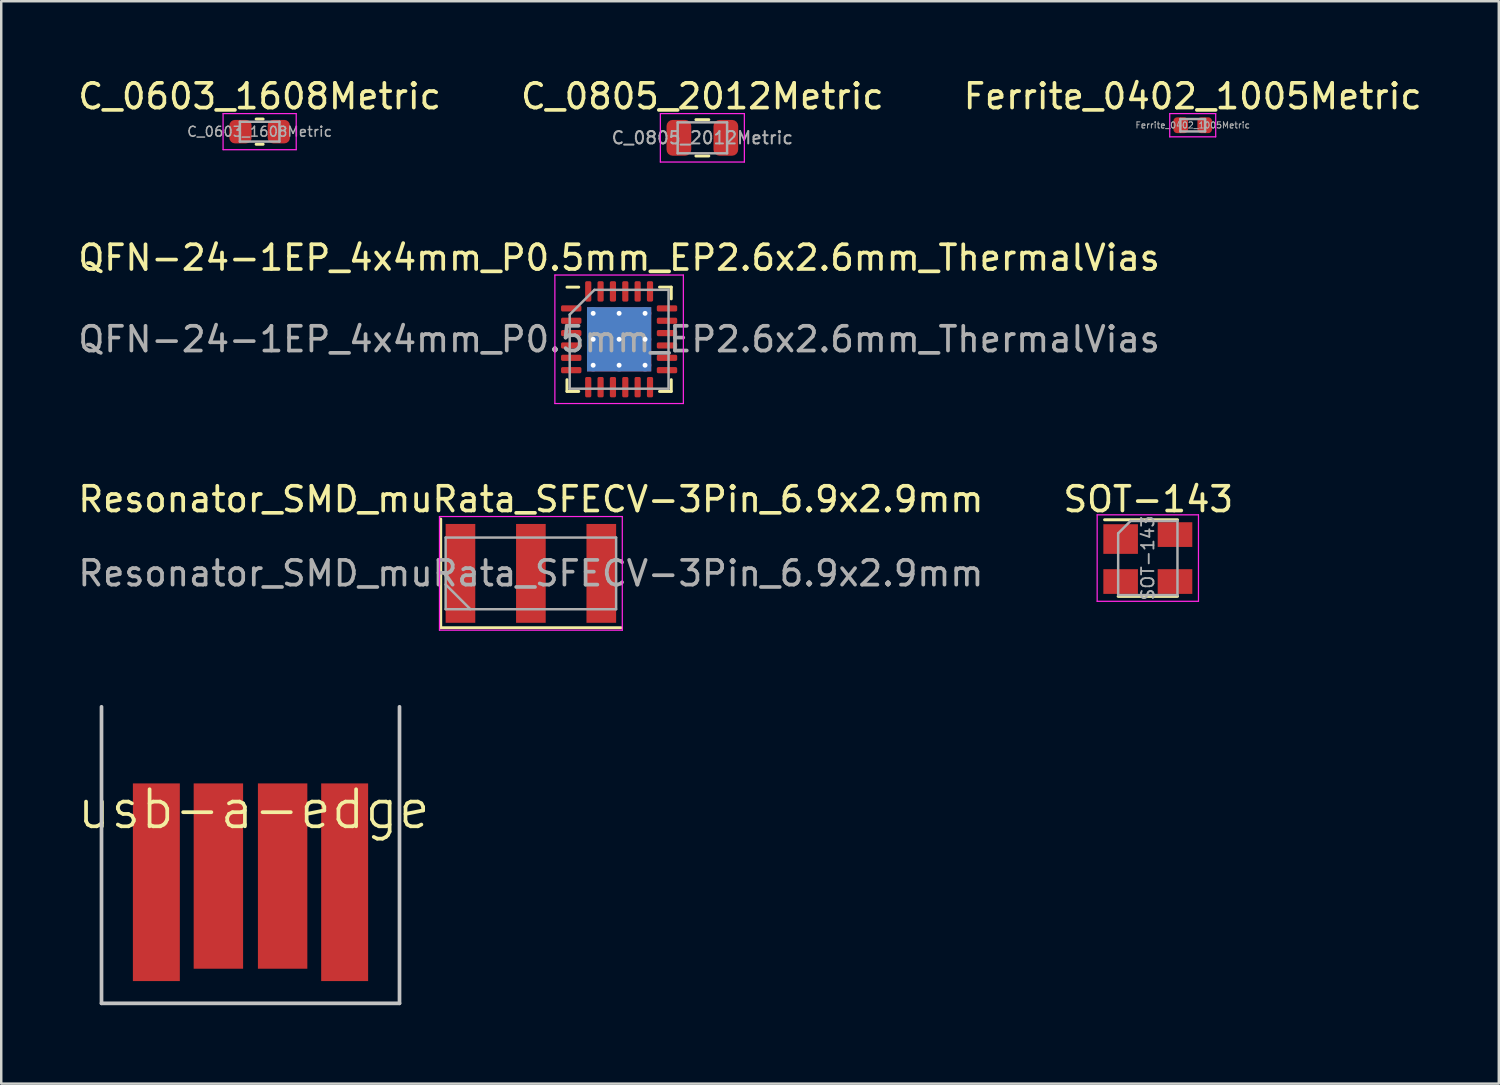
<source format=kicad_pcb>
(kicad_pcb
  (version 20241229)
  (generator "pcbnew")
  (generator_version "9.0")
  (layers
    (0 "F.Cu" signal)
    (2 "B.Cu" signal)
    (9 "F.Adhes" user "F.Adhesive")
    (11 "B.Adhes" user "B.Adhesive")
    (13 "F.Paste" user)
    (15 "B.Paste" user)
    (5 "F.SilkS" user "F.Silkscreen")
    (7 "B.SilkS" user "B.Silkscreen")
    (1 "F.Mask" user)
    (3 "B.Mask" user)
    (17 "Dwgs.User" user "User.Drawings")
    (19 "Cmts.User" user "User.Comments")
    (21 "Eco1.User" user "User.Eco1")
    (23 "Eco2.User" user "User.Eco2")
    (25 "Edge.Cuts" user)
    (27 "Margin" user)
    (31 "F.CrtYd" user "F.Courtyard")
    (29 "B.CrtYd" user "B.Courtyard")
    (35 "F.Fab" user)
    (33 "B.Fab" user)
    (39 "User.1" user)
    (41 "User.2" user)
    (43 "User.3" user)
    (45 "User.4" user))
  (footprint "SOT-143"
    (layer "F.Cu")
    (at 43.403 19.535)
    (property "Reference" "SOT-143" (at 0.02 -2.38 0) (layer "F.SilkS") (effects (font (size 1 1) (thickness 0.15))))
    (attr smd)
    (fp_line (start -1.2 1.55) (end 1.2 1.55) (stroke (width 0.12) (type solid)) (layer "F.SilkS"))
    (fp_line (start 1.2 -1.55) (end -1.75 -1.55) (stroke (width 0.12) (type solid)) (layer "F.SilkS"))
    (fp_line (start -2.05 1.75) (end -2.05 -1.75) (stroke (width 0.05) (type solid)) (layer "F.CrtYd"))
    (fp_line (start -2.05 1.75) (end 2.05 1.75) (stroke (width 0.05) (type solid)) (layer "F.CrtYd"))
    (fp_line (start 2.05 -1.75) (end -2.05 -1.75) (stroke (width 0.05) (type solid)) (layer "F.CrtYd"))
    (fp_line (start 2.05 -1.75) (end 2.05 1.75) (stroke (width 0.05) (type solid)) (layer "F.CrtYd"))
    (fp_line (start -1.2 -1) (end -0.7 -1.5) (stroke (width 0.1) (type solid)) (layer "F.Fab"))
    (fp_line (start -1.2 1.5) (end -1.2 -1) (stroke (width 0.1) (type solid)) (layer "F.Fab"))
    (fp_line (start -0.7 -1.5) (end 1.2 -1.5) (stroke (width 0.1) (type solid)) (layer "F.Fab"))
    (fp_line (start 1.2 -1.5) (end 1.2 1.5) (stroke (width 0.1) (type solid)) (layer "F.Fab"))
    (fp_line (start 1.2 1.5) (end -1.2 1.5) (stroke (width 0.1) (type solid)) (layer "F.Fab"))
    (fp_text user "${REFERENCE}" (at 0 0 90) (layer "F.Fab") (effects (font (size 0.5 0.5) (thickness 0.075))))
    (pad "1" smd rect (at -1.1 -0.77 270) (size 1.2 1.4) (layers "F.Cu" "F.Mask" "F.Paste"))
    (pad "2" smd rect (at -1.1 0.95 270) (size 1 1.4) (layers "F.Cu" "F.Mask" "F.Paste"))
    (pad "3" smd rect (at 1.1 0.95 270) (size 1 1.4) (layers "F.Cu" "F.Mask" "F.Paste"))
    (pad "4" smd rect (at 1.1 -0.95 270) (size 1 1.4) (layers "F.Cu" "F.Mask" "F.Paste")))
  (footprint "C_0805_2012Metric"
    (layer "F.Cu")
    (at 25.375 2.528)
    (property "Reference" "C_0805_2012Metric" (at 0 -1.68 0) (layer "F.SilkS") (effects (font (size 1 1) (thickness 0.15))))
    (attr smd)
    (fp_line (start -0.261 -0.735) (end 0.261 -0.735) (stroke (width 0.12) (type solid)) (layer "F.SilkS"))
    (fp_line (start -0.261 0.735) (end 0.261 0.735) (stroke (width 0.12) (type solid)) (layer "F.SilkS"))
    (fp_line (start -1.7 -0.98) (end 1.7 -0.98) (stroke (width 0.05) (type solid)) (layer "F.CrtYd"))
    (fp_line (start -1.7 0.98) (end -1.7 -0.98) (stroke (width 0.05) (type solid)) (layer "F.CrtYd"))
    (fp_line (start 1.7 -0.98) (end 1.7 0.98) (stroke (width 0.05) (type solid)) (layer "F.CrtYd"))
    (fp_line (start 1.7 0.98) (end -1.7 0.98) (stroke (width 0.05) (type solid)) (layer "F.CrtYd"))
    (fp_line (start -1 -0.625) (end 1 -0.625) (stroke (width 0.1) (type solid)) (layer "F.Fab"))
    (fp_line (start -1 0.625) (end -1 -0.625) (stroke (width 0.1) (type solid)) (layer "F.Fab"))
    (fp_line (start 1 -0.625) (end 1 0.625) (stroke (width 0.1) (type solid)) (layer "F.Fab"))
    (fp_line (start 1 0.625) (end -1 0.625) (stroke (width 0.1) (type solid)) (layer "F.Fab"))
    (fp_text user "${REFERENCE}" (at 0 0 0) (layer "F.Fab") (effects (font (size 0.5 0.5) (thickness 0.08))))
    (pad "1" smd roundrect (at -0.95 0) (size 1 1.45) (layers "F.Cu" "F.Mask" "F.Paste") (roundrect_rratio 0.25))
    (pad "2" smd roundrect (at 0.95 0) (size 1 1.45) (layers "F.Cu" "F.Mask" "F.Paste") (roundrect_rratio 0.25)))
  (footprint "usb-a-edge"
    (layer "F.Cu")
    (at 7.088 37.555)
    (property "Reference" "usb-a-edge" (at 0.13 -7.85 0) (layer "F.SilkS") (effects (font (size 1.5 1.5) (thickness 0.15))))
    (attr exclude_from_pos_files exclude_from_bom)
    (fp_line (start -6.03 0) (end -6.03 -12) (stroke (width 0.15) (type solid)) (layer "Dwgs.User"))
    (fp_line (start 6.03 0) (end -6.03 0) (stroke (width 0.15) (type solid)) (layer "Dwgs.User"))
    (fp_line (start 6.03 0) (end 6.03 -12) (stroke (width 0.15) (type solid)) (layer "Dwgs.User"))
    (pad "1" connect rect (at 3.81 -4.9) (size 1.9 8) (layers "F.Cu" "F.Mask"))
    (pad "2" connect rect (at 1.3 -5.15) (size 2 7.5) (layers "F.Cu" "F.Mask"))
    (pad "3" connect rect (at -1.3 -5.15) (size 2 7.5) (layers "F.Cu" "F.Mask"))
    (pad "4" connect rect (at -3.81 -4.9) (size 1.9 8) (layers "F.Cu" "F.Mask")))
  (footprint "Ferrite_0402_1005Metric"
    (layer "F.Cu")
    (at 45.22 2.018)
    (property "Reference" "Ferrite_0402_1005Metric" (at 0 -1.17 0) (layer "F.SilkS") (effects (font (size 1 1) (thickness 0.15))))
    (attr smd)
    (fp_line (start -0.93 -0.47) (end 0.93 -0.47) (stroke (width 0.05) (type solid)) (layer "F.CrtYd"))
    (fp_line (start -0.93 0.47) (end -0.93 -0.47) (stroke (width 0.05) (type solid)) (layer "F.CrtYd"))
    (fp_line (start 0.93 -0.47) (end 0.93 0.47) (stroke (width 0.05) (type solid)) (layer "F.CrtYd"))
    (fp_line (start 0.93 0.47) (end -0.93 0.47) (stroke (width 0.05) (type solid)) (layer "F.CrtYd"))
    (fp_line (start -0.5 -0.25) (end 0.5 -0.25) (stroke (width 0.1) (type solid)) (layer "F.Fab"))
    (fp_line (start -0.5 0.25) (end -0.5 -0.25) (stroke (width 0.1) (type solid)) (layer "F.Fab"))
    (fp_line (start 0.5 -0.25) (end 0.5 0.25) (stroke (width 0.1) (type solid)) (layer "F.Fab"))
    (fp_line (start 0.5 0.25) (end -0.5 0.25) (stroke (width 0.1) (type solid)) (layer "F.Fab"))
    (fp_text user "${REFERENCE}" (at 0 0 0) (layer "F.Fab") (effects (font (size 0.25 0.25) (thickness 0.04))))
    (pad "1" smd roundrect (at -0.485 0) (size 0.59 0.64) (layers "F.Cu" "F.Mask" "F.Paste") (roundrect_rratio 0.25))
    (pad "2" smd roundrect (at 0.485 0) (size 0.59 0.64) (layers "F.Cu" "F.Mask" "F.Paste") (roundrect_rratio 0.25)))
  (footprint "QFN-24-1EP_4x4mm_P0.5mm_EP2.6x2.6mm_ThermalVias"
    (layer "F.Cu")
    (at 22.006 10.681)
    (property "Reference" "QFN-24-1EP_4x4mm_P0.5mm_EP2.6x2.6mm_ThermalVias" (at 0 -3.3 0) (layer "F.SilkS") (effects (font (size 1 1) (thickness 0.15))))
    (attr smd)
    (fp_line (start -2.11 2.11) (end -2.11 1.635) (stroke (width 0.12) (type solid)) (layer "F.SilkS"))
    (fp_line (start -1.635 -2.11) (end -2.11 -2.11) (stroke (width 0.12) (type solid)) (layer "F.SilkS"))
    (fp_line (start -1.635 2.11) (end -2.11 2.11) (stroke (width 0.12) (type solid)) (layer "F.SilkS"))
    (fp_line (start 1.635 -2.11) (end 2.11 -2.11) (stroke (width 0.12) (type solid)) (layer "F.SilkS"))
    (fp_line (start 1.635 2.11) (end 2.11 2.11) (stroke (width 0.12) (type solid)) (layer "F.SilkS"))
    (fp_line (start 2.11 -2.11) (end 2.11 -1.635) (stroke (width 0.12) (type solid)) (layer "F.SilkS"))
    (fp_line (start 2.11 2.11) (end 2.11 1.635) (stroke (width 0.12) (type solid)) (layer "F.SilkS"))
    (fp_line (start -2.6 -2.6) (end -2.6 2.6) (stroke (width 0.05) (type solid)) (layer "F.CrtYd"))
    (fp_line (start -2.6 2.6) (end 2.6 2.6) (stroke (width 0.05) (type solid)) (layer "F.CrtYd"))
    (fp_line (start 2.6 -2.6) (end -2.6 -2.6) (stroke (width 0.05) (type solid)) (layer "F.CrtYd"))
    (fp_line (start 2.6 2.6) (end 2.6 -2.6) (stroke (width 0.05) (type solid)) (layer "F.CrtYd"))
    (fp_line (start -2 -1) (end -1 -2) (stroke (width 0.1) (type solid)) (layer "F.Fab"))
    (fp_line (start -2 2) (end -2 -1) (stroke (width 0.1) (type solid)) (layer "F.Fab"))
    (fp_line (start -1 -2) (end 2 -2) (stroke (width 0.1) (type solid)) (layer "F.Fab"))
    (fp_line (start 2 -2) (end 2 2) (stroke (width 0.1) (type solid)) (layer "F.Fab"))
    (fp_line (start 2 2) (end -2 2) (stroke (width 0.1) (type solid)) (layer "F.Fab"))
    (fp_text user "${REFERENCE}" (at 0 0 0) (layer "F.Fab") (effects (font (size 1 1) (thickness 0.15))))
    (pad "" smd roundrect (at -0.65 -0.65) (size 1.13 1.13) (layers "F.Paste") (roundrect_rratio 0.221))
    (pad "" smd roundrect (at -0.65 0.65) (size 1.13 1.13) (layers "F.Paste") (roundrect_rratio 0.221))
    (pad "" smd roundrect (at 0.65 -0.65) (size 1.13 1.13) (layers "F.Paste") (roundrect_rratio 0.221))
    (pad "" smd roundrect (at 0.65 0.65) (size 1.13 1.13) (layers "F.Paste") (roundrect_rratio 0.221))
    (pad "1" smd roundrect (at -1.938 -1.25) (size 0.825 0.25) (layers "F.Cu" "F.Mask" "F.Paste") (roundrect_rratio 0.25))
    (pad "2" smd roundrect (at -1.938 -0.75) (size 0.825 0.25) (layers "F.Cu" "F.Mask" "F.Paste") (roundrect_rratio 0.25))
    (pad "3" smd roundrect (at -1.938 -0.25) (size 0.825 0.25) (layers "F.Cu" "F.Mask" "F.Paste") (roundrect_rratio 0.25))
    (pad "4" smd roundrect (at -1.938 0.25) (size 0.825 0.25) (layers "F.Cu" "F.Mask" "F.Paste") (roundrect_rratio 0.25))
    (pad "5" smd roundrect (at -1.938 0.75) (size 0.825 0.25) (layers "F.Cu" "F.Mask" "F.Paste") (roundrect_rratio 0.25))
    (pad "6" smd roundrect (at -1.938 1.25) (size 0.825 0.25) (layers "F.Cu" "F.Mask" "F.Paste") (roundrect_rratio 0.25))
    (pad "7" smd roundrect (at -1.25 1.938) (size 0.25 0.825) (layers "F.Cu" "F.Mask" "F.Paste") (roundrect_rratio 0.25))
    (pad "8" smd roundrect (at -0.75 1.938) (size 0.25 0.825) (layers "F.Cu" "F.Mask" "F.Paste") (roundrect_rratio 0.25))
    (pad "9" smd roundrect (at -0.25 1.938) (size 0.25 0.825) (layers "F.Cu" "F.Mask" "F.Paste") (roundrect_rratio 0.25))
    (pad "10" smd roundrect (at 0.25 1.938) (size 0.25 0.825) (layers "F.Cu" "F.Mask" "F.Paste") (roundrect_rratio 0.25))
    (pad "11" smd roundrect (at 0.75 1.938) (size 0.25 0.825) (layers "F.Cu" "F.Mask" "F.Paste") (roundrect_rratio 0.25))
    (pad "12" smd roundrect (at 1.25 1.938) (size 0.25 0.825) (layers "F.Cu" "F.Mask" "F.Paste") (roundrect_rratio 0.25))
    (pad "13" smd roundrect (at 1.938 1.25) (size 0.825 0.25) (layers "F.Cu" "F.Mask" "F.Paste") (roundrect_rratio 0.25))
    (pad "14" smd roundrect (at 1.938 0.75) (size 0.825 0.25) (layers "F.Cu" "F.Mask" "F.Paste") (roundrect_rratio 0.25))
    (pad "15" smd roundrect (at 1.938 0.25) (size 0.825 0.25) (layers "F.Cu" "F.Mask" "F.Paste") (roundrect_rratio 0.25))
    (pad "16" smd roundrect (at 1.938 -0.25) (size 0.825 0.25) (layers "F.Cu" "F.Mask" "F.Paste") (roundrect_rratio 0.25))
    (pad "17" smd roundrect (at 1.938 -0.75) (size 0.825 0.25) (layers "F.Cu" "F.Mask" "F.Paste") (roundrect_rratio 0.25))
    (pad "18" smd roundrect (at 1.938 -1.25) (size 0.825 0.25) (layers "F.Cu" "F.Mask" "F.Paste") (roundrect_rratio 0.25))
    (pad "19" smd roundrect (at 1.25 -1.938) (size 0.25 0.825) (layers "F.Cu" "F.Mask" "F.Paste") (roundrect_rratio 0.25))
    (pad "20" smd roundrect (at 0.75 -1.938) (size 0.25 0.825) (layers "F.Cu" "F.Mask" "F.Paste") (roundrect_rratio 0.25))
    (pad "21" smd roundrect (at 0.25 -1.938) (size 0.25 0.825) (layers "F.Cu" "F.Mask" "F.Paste") (roundrect_rratio 0.25))
    (pad "22" smd roundrect (at -0.25 -1.938) (size 0.25 0.825) (layers "F.Cu" "F.Mask" "F.Paste") (roundrect_rratio 0.25))
    (pad "23" smd roundrect (at -0.75 -1.938) (size 0.25 0.825) (layers "F.Cu" "F.Mask" "F.Paste") (roundrect_rratio 0.25))
    (pad "24" smd roundrect (at -1.25 -1.938) (size 0.25 0.825) (layers "F.Cu" "F.Mask" "F.Paste") (roundrect_rratio 0.25))
    (pad "25" thru_hole circle (at -1.05 -1.05) (size 0.5 0.5) (drill 0.2) (layers "*.Cu"))
    (pad "25" thru_hole circle (at -1.05 0) (size 0.5 0.5) (drill 0.2) (layers "*.Cu"))
    (pad "25" thru_hole circle (at -1.05 1.05) (size 0.5 0.5) (drill 0.2) (layers "*.Cu"))
    (pad "25" thru_hole circle (at 0 -1.05) (size 0.5 0.5) (drill 0.2) (layers "*.Cu"))
    (pad "25" thru_hole circle (at 0 0) (size 0.5 0.5) (drill 0.2) (layers "*.Cu"))
    (pad "25" smd rect (at 0 0) (size 2.6 2.6) (layers "F.Cu" "F.Mask"))
    (pad "25" smd rect (at 0 0) (size 2.6 2.6) (layers "B.Cu"))
    (pad "25" thru_hole circle (at 0 1.05) (size 0.5 0.5) (drill 0.2) (layers "*.Cu"))
    (pad "25" thru_hole circle (at 1.05 -1.05) (size 0.5 0.5) (drill 0.2) (layers "*.Cu"))
    (pad "25" thru_hole circle (at 1.05 0) (size 0.5 0.5) (drill 0.2) (layers "*.Cu"))
    (pad "25" thru_hole circle (at 1.05 1.05) (size 0.5 0.5) (drill 0.2) (layers "*.Cu")))
  (footprint "C_0603_1608Metric"
    (layer "F.Cu")
    (at 7.458 2.278)
    (property "Reference" "C_0603_1608Metric" (at 0 -1.43 0) (layer "F.SilkS") (effects (font (size 1 1) (thickness 0.15))))
    (attr smd)
    (fp_line (start -0.141 -0.51) (end 0.141 -0.51) (stroke (width 0.12) (type solid)) (layer "F.SilkS"))
    (fp_line (start -0.141 0.51) (end 0.141 0.51) (stroke (width 0.12) (type solid)) (layer "F.SilkS"))
    (fp_line (start -1.48 -0.73) (end 1.48 -0.73) (stroke (width 0.05) (type solid)) (layer "F.CrtYd"))
    (fp_line (start -1.48 0.73) (end -1.48 -0.73) (stroke (width 0.05) (type solid)) (layer "F.CrtYd"))
    (fp_line (start 1.48 -0.73) (end 1.48 0.73) (stroke (width 0.05) (type solid)) (layer "F.CrtYd"))
    (fp_line (start 1.48 0.73) (end -1.48 0.73) (stroke (width 0.05) (type solid)) (layer "F.CrtYd"))
    (fp_line (start -0.8 -0.4) (end 0.8 -0.4) (stroke (width 0.1) (type solid)) (layer "F.Fab"))
    (fp_line (start -0.8 0.4) (end -0.8 -0.4) (stroke (width 0.1) (type solid)) (layer "F.Fab"))
    (fp_line (start 0.8 -0.4) (end 0.8 0.4) (stroke (width 0.1) (type solid)) (layer "F.Fab"))
    (fp_line (start 0.8 0.4) (end -0.8 0.4) (stroke (width 0.1) (type solid)) (layer "F.Fab"))
    (fp_text user "${REFERENCE}" (at 0 0 0) (layer "F.Fab") (effects (font (size 0.4 0.4) (thickness 0.06))))
    (pad "1" smd roundrect (at -0.775 0) (size 0.9 0.95) (layers "F.Cu" "F.Mask" "F.Paste") (roundrect_rratio 0.25))
    (pad "2" smd roundrect (at 0.775 0) (size 0.9 0.95) (layers "F.Cu" "F.Mask" "F.Paste") (roundrect_rratio 0.25)))
  (footprint "Resonator_SMD_muRata_SFECV-3Pin_6.9x2.9mm"
    (layer "F.Cu")
    (at 18.435 20.155)
    (property "Reference" "Resonator_SMD_muRata_SFECV-3Pin_6.9x2.9mm" (at 0 -3 0) (layer "F.SilkS") (effects (font (size 1 1) (thickness 0.15))))
    (attr smd)
    (fp_line (start -3.65 -2.2) (end -3.65 2.2) (stroke (width 0.12) (type solid)) (layer "F.SilkS"))
    (fp_line (start -3.65 2.2) (end 3.65 2.2) (stroke (width 0.12) (type solid)) (layer "F.SilkS"))
    (fp_line (start -3.7 -2.3) (end -3.7 2.3) (stroke (width 0.05) (type solid)) (layer "F.CrtYd"))
    (fp_line (start -3.7 2.3) (end 3.7 2.3) (stroke (width 0.05) (type solid)) (layer "F.CrtYd"))
    (fp_line (start 3.7 -2.3) (end -3.7 -2.3) (stroke (width 0.05) (type solid)) (layer "F.CrtYd"))
    (fp_line (start 3.7 2.3) (end 3.7 -2.3) (stroke (width 0.05) (type solid)) (layer "F.CrtYd"))
    (fp_line (start -3.45 -1.45) (end -3.45 1.45) (stroke (width 0.1) (type solid)) (layer "F.Fab"))
    (fp_line (start -3.45 0.45) (end -2.45 1.45) (stroke (width 0.1) (type solid)) (layer "F.Fab"))
    (fp_line (start -3.45 1.45) (end 3.45 1.45) (stroke (width 0.1) (type solid)) (layer "F.Fab"))
    (fp_line (start 3.45 -1.45) (end -3.45 -1.45) (stroke (width 0.1) (type solid)) (layer "F.Fab"))
    (fp_line (start 3.45 1.45) (end 3.45 -1.45) (stroke (width 0.1) (type solid)) (layer "F.Fab"))
    (fp_text user "${REFERENCE}" (at 0 0 0) (layer "F.Fab") (effects (font (size 1 1) (thickness 0.15))))
    (pad "1" smd rect (at -2.85 0) (size 1.2 4) (layers "F.Cu" "F.Mask" "F.Paste"))
    (pad "2" smd rect (at 0 0) (size 1.2 4) (layers "F.Cu" "F.Mask" "F.Paste"))
    (pad "3" smd rect (at 2.85 0) (size 1.2 4) (layers "F.Cu" "F.Mask" "F.Paste")))
  (gr_rect
    (start -3 -3)
    (end 57.607 40.805)
    (stroke (width 0.1) (type default))
    (fill no)
    (layer "Edge.Cuts")))
</source>
